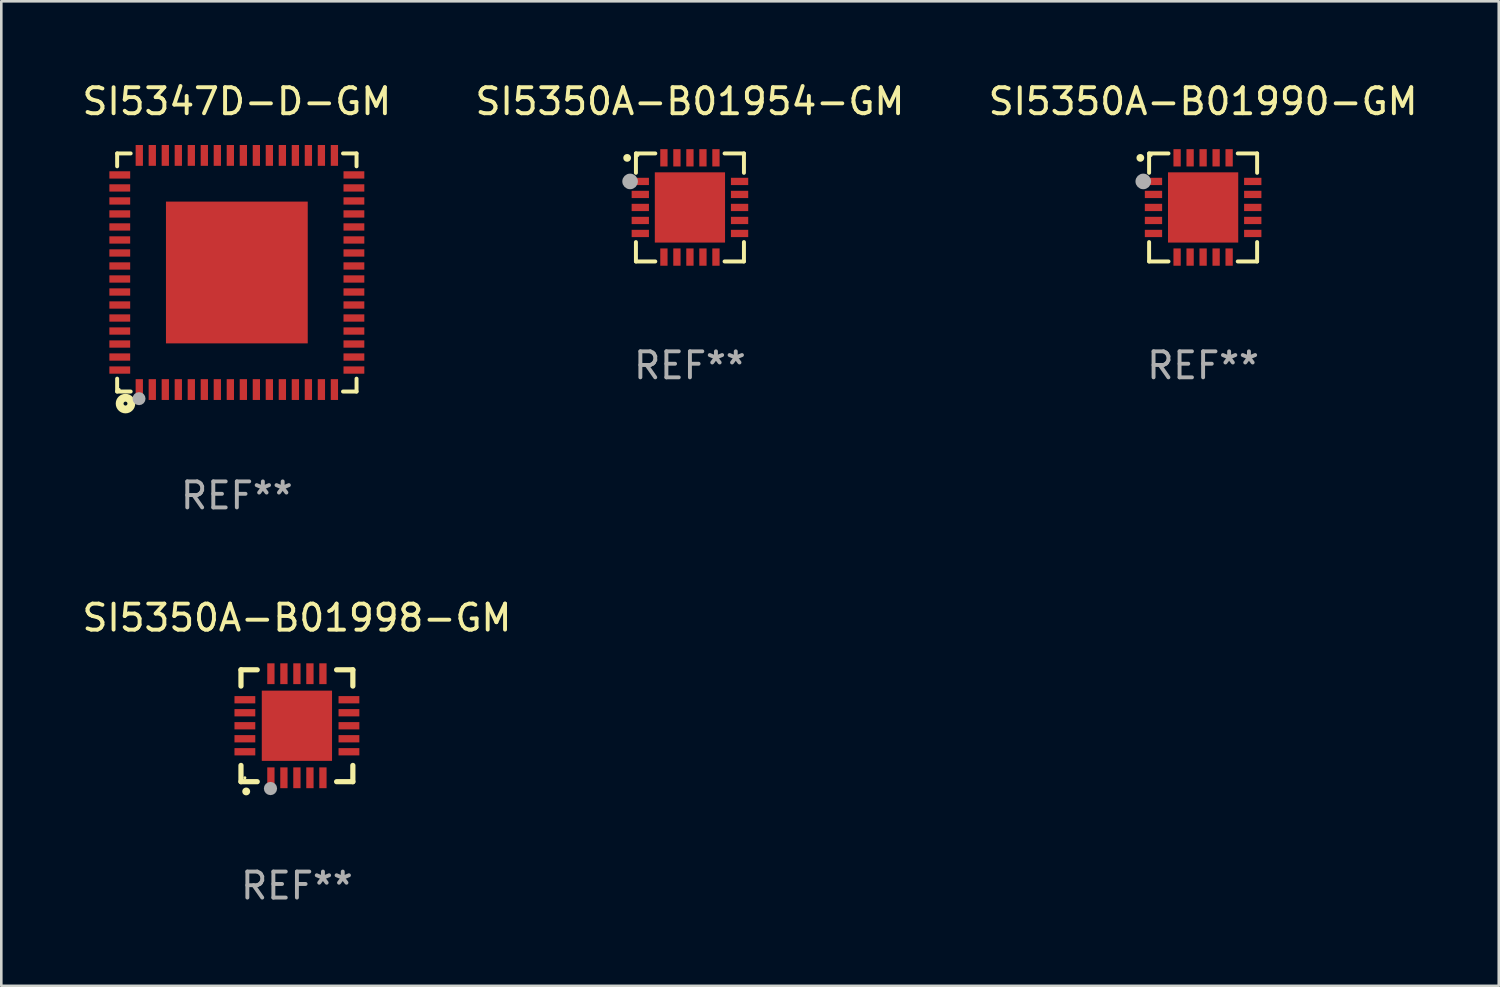
<source format=kicad_pcb>
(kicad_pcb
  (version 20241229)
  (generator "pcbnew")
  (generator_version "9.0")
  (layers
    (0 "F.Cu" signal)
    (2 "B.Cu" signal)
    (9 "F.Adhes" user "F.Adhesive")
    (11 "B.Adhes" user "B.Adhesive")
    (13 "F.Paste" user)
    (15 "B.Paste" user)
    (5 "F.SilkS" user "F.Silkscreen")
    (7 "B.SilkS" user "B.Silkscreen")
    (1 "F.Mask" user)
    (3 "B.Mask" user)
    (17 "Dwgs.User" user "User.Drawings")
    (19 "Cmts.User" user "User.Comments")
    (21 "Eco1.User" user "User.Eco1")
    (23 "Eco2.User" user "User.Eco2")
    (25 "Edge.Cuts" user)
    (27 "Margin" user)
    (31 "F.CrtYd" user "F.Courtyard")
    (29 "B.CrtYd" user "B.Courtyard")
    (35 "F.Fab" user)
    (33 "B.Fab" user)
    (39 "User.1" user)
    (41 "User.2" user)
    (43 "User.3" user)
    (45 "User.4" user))
  (footprint "SI5347D-D-GM"
    (layer "F.Cu")
    (at 6.054 7.424)
    (property "Reference" "SI5347D-D-GM" (at 0 -6.576 0) (layer "F.SilkS") (effects (font (size 1 1) (thickness 0.15))))
    (attr through_hole)
    (fp_line (start -4.601 -4.576) (end -4.081 -4.576) (stroke (width 0.152) (type solid)) (layer "F.SilkS"))
    (fp_line (start -4.601 -4.081) (end -4.601 -4.576) (stroke (width 0.152) (type solid)) (layer "F.SilkS"))
    (fp_line (start -4.601 4.081) (end -4.601 4.576) (stroke (width 0.152) (type solid)) (layer "F.SilkS"))
    (fp_line (start -4.601 4.576) (end -4.081 4.576) (stroke (width 0.152) (type solid)) (layer "F.SilkS"))
    (fp_line (start 4.601 -4.576) (end 4.081 -4.576) (stroke (width 0.152) (type solid)) (layer "F.SilkS"))
    (fp_line (start 4.601 -4.081) (end 4.601 -4.576) (stroke (width 0.152) (type solid)) (layer "F.SilkS"))
    (fp_line (start 4.601 4.081) (end 4.601 4.576) (stroke (width 0.152) (type solid)) (layer "F.SilkS"))
    (fp_line (start 4.601 4.576) (end 4.081 4.576) (stroke (width 0.152) (type solid)) (layer "F.SilkS"))
    (fp_circle (center -4.525 4.5) (end -4.495 4.5) (stroke (width 0.06) (type solid)) (fill no) (layer "F.SilkS"))
    (fp_circle (center -4.28 5.04) (end -4.205 5.04) (stroke (width 0.3) (type solid)) (fill no) (layer "F.SilkS"))
    (fp_circle (center -3.76 4.85) (end -3.635 4.85) (stroke (width 0.25) (type solid)) (fill no) (layer "F.Fab"))
    (fp_text user "REF**" (at 0 8.576 0) (layer "F.Fab") (effects (font (size 1 1) (thickness 0.15))))
    (pad "1" smd rect (at -3.75 4.5) (size 0.28 0.8) (layers "F.Cu" "F.Mask" "F.Paste"))
    (pad "2" smd rect (at -3.25 4.5) (size 0.28 0.8) (layers "F.Cu" "F.Mask" "F.Paste"))
    (pad "3" smd rect (at -2.75 4.5) (size 0.28 0.8) (layers "F.Cu" "F.Mask" "F.Paste"))
    (pad "4" smd rect (at -2.25 4.5) (size 0.28 0.8) (layers "F.Cu" "F.Mask" "F.Paste"))
    (pad "5" smd rect (at -1.75 4.5) (size 0.28 0.8) (layers "F.Cu" "F.Mask" "F.Paste"))
    (pad "6" smd rect (at -1.25 4.5) (size 0.28 0.8) (layers "F.Cu" "F.Mask" "F.Paste"))
    (pad "7" smd rect (at -0.75 4.5) (size 0.28 0.8) (layers "F.Cu" "F.Mask" "F.Paste"))
    (pad "8" smd rect (at -0.25 4.5) (size 0.28 0.8) (layers "F.Cu" "F.Mask" "F.Paste"))
    (pad "9" smd rect (at 0.25 4.5) (size 0.28 0.8) (layers "F.Cu" "F.Mask" "F.Paste"))
    (pad "10" smd rect (at 0.75 4.5) (size 0.28 0.8) (layers "F.Cu" "F.Mask" "F.Paste"))
    (pad "11" smd rect (at 1.25 4.5) (size 0.28 0.8) (layers "F.Cu" "F.Mask" "F.Paste"))
    (pad "12" smd rect (at 1.75 4.5) (size 0.28 0.8) (layers "F.Cu" "F.Mask" "F.Paste"))
    (pad "13" smd rect (at 2.25 4.5) (size 0.28 0.8) (layers "F.Cu" "F.Mask" "F.Paste"))
    (pad "14" smd rect (at 2.75 4.5) (size 0.28 0.8) (layers "F.Cu" "F.Mask" "F.Paste"))
    (pad "15" smd rect (at 3.25 4.5) (size 0.28 0.8) (layers "F.Cu" "F.Mask" "F.Paste"))
    (pad "16" smd rect (at 3.75 4.5) (size 0.28 0.8) (layers "F.Cu" "F.Mask" "F.Paste"))
    (pad "17" smd rect (at 4.5 3.75) (size 0.8 0.28) (layers "F.Cu" "F.Mask" "F.Paste"))
    (pad "18" smd rect (at 4.5 3.25) (size 0.8 0.28) (layers "F.Cu" "F.Mask" "F.Paste"))
    (pad "19" smd rect (at 4.5 2.75) (size 0.8 0.28) (layers "F.Cu" "F.Mask" "F.Paste"))
    (pad "20" smd rect (at 4.5 2.25) (size 0.8 0.28) (layers "F.Cu" "F.Mask" "F.Paste"))
    (pad "21" smd rect (at 4.5 1.75) (size 0.8 0.28) (layers "F.Cu" "F.Mask" "F.Paste"))
    (pad "22" smd rect (at 4.5 1.25) (size 0.8 0.28) (layers "F.Cu" "F.Mask" "F.Paste"))
    (pad "23" smd rect (at 4.5 0.75) (size 0.8 0.28) (layers "F.Cu" "F.Mask" "F.Paste"))
    (pad "24" smd rect (at 4.5 0.25) (size 0.8 0.28) (layers "F.Cu" "F.Mask" "F.Paste"))
    (pad "25" smd rect (at 4.5 -0.25) (size 0.8 0.28) (layers "F.Cu" "F.Mask" "F.Paste"))
    (pad "26" smd rect (at 4.5 -0.75) (size 0.8 0.28) (layers "F.Cu" "F.Mask" "F.Paste"))
    (pad "27" smd rect (at 4.5 -1.25) (size 0.8 0.28) (layers "F.Cu" "F.Mask" "F.Paste"))
    (pad "28" smd rect (at 4.5 -1.75) (size 0.8 0.28) (layers "F.Cu" "F.Mask" "F.Paste"))
    (pad "29" smd rect (at 4.5 -2.25) (size 0.8 0.28) (layers "F.Cu" "F.Mask" "F.Paste"))
    (pad "30" smd rect (at 4.5 -2.75) (size 0.8 0.28) (layers "F.Cu" "F.Mask" "F.Paste"))
    (pad "31" smd rect (at 4.5 -3.25) (size 0.8 0.28) (layers "F.Cu" "F.Mask" "F.Paste"))
    (pad "32" smd rect (at 4.5 -3.75) (size 0.8 0.28) (layers "F.Cu" "F.Mask" "F.Paste"))
    (pad "33" smd rect (at 3.75 -4.5) (size 0.28 0.8) (layers "F.Cu" "F.Mask" "F.Paste"))
    (pad "34" smd rect (at 3.25 -4.5) (size 0.28 0.8) (layers "F.Cu" "F.Mask" "F.Paste"))
    (pad "35" smd rect (at 2.75 -4.5) (size 0.28 0.8) (layers "F.Cu" "F.Mask" "F.Paste"))
    (pad "36" smd rect (at 2.25 -4.5) (size 0.28 0.8) (layers "F.Cu" "F.Mask" "F.Paste"))
    (pad "37" smd rect (at 1.75 -4.5) (size 0.28 0.8) (layers "F.Cu" "F.Mask" "F.Paste"))
    (pad "38" smd rect (at 1.25 -4.5) (size 0.28 0.8) (layers "F.Cu" "F.Mask" "F.Paste"))
    (pad "39" smd rect (at 0.75 -4.5) (size 0.28 0.8) (layers "F.Cu" "F.Mask" "F.Paste"))
    (pad "40" smd rect (at 0.25 -4.5) (size 0.28 0.8) (layers "F.Cu" "F.Mask" "F.Paste"))
    (pad "41" smd rect (at -0.25 -4.5) (size 0.28 0.8) (layers "F.Cu" "F.Mask" "F.Paste"))
    (pad "42" smd rect (at -0.75 -4.5) (size 0.28 0.8) (layers "F.Cu" "F.Mask" "F.Paste"))
    (pad "43" smd rect (at -1.25 -4.5) (size 0.28 0.8) (layers "F.Cu" "F.Mask" "F.Paste"))
    (pad "44" smd rect (at -1.75 -4.5) (size 0.28 0.8) (layers "F.Cu" "F.Mask" "F.Paste"))
    (pad "45" smd rect (at -2.25 -4.5) (size 0.28 0.8) (layers "F.Cu" "F.Mask" "F.Paste"))
    (pad "46" smd rect (at -2.75 -4.5) (size 0.28 0.8) (layers "F.Cu" "F.Mask" "F.Paste"))
    (pad "47" smd rect (at -3.25 -4.5) (size 0.28 0.8) (layers "F.Cu" "F.Mask" "F.Paste"))
    (pad "48" smd rect (at -3.75 -4.5) (size 0.28 0.8) (layers "F.Cu" "F.Mask" "F.Paste"))
    (pad "49" smd rect (at -4.5 -3.75) (size 0.8 0.28) (layers "F.Cu" "F.Mask" "F.Paste"))
    (pad "50" smd rect (at -4.5 -3.25) (size 0.8 0.28) (layers "F.Cu" "F.Mask" "F.Paste"))
    (pad "51" smd rect (at -4.5 -2.75) (size 0.8 0.28) (layers "F.Cu" "F.Mask" "F.Paste"))
    (pad "52" smd rect (at -4.5 -2.25) (size 0.8 0.28) (layers "F.Cu" "F.Mask" "F.Paste"))
    (pad "53" smd rect (at -4.5 -1.75) (size 0.8 0.28) (layers "F.Cu" "F.Mask" "F.Paste"))
    (pad "54" smd rect (at -4.5 -1.25) (size 0.8 0.28) (layers "F.Cu" "F.Mask" "F.Paste"))
    (pad "55" smd rect (at -4.5 -0.75) (size 0.8 0.28) (layers "F.Cu" "F.Mask" "F.Paste"))
    (pad "56" smd rect (at -4.5 -0.25) (size 0.8 0.28) (layers "F.Cu" "F.Mask" "F.Paste"))
    (pad "57" smd rect (at -4.5 0.25) (size 0.8 0.28) (layers "F.Cu" "F.Mask" "F.Paste"))
    (pad "58" smd rect (at -4.5 0.75) (size 0.8 0.28) (layers "F.Cu" "F.Mask" "F.Paste"))
    (pad "59" smd rect (at -4.5 1.25) (size 0.8 0.28) (layers "F.Cu" "F.Mask" "F.Paste"))
    (pad "60" smd rect (at -4.5 1.75) (size 0.8 0.28) (layers "F.Cu" "F.Mask" "F.Paste"))
    (pad "61" smd rect (at -4.5 2.25) (size 0.8 0.28) (layers "F.Cu" "F.Mask" "F.Paste"))
    (pad "62" smd rect (at -4.5 2.75) (size 0.8 0.28) (layers "F.Cu" "F.Mask" "F.Paste"))
    (pad "63" smd rect (at -4.5 3.25) (size 0.8 0.28) (layers "F.Cu" "F.Mask" "F.Paste"))
    (pad "64" smd rect (at -4.5 3.75) (size 0.8 0.28) (layers "F.Cu" "F.Mask" "F.Paste"))
    (pad "65" smd rect (at 0 0) (size 5.45 5.45) (layers "F.Cu" "F.Mask" "F.Paste")))
  (footprint "SI5350A-B01990-GM"
    (layer "F.Cu")
    (at 43.196 4.924)
    (property "Reference" "SI5350A-B01990-GM" (at 0 -4.076 0) (layer "F.SilkS") (effects (font (size 1 1) (thickness 0.15))))
    (attr through_hole)
    (fp_line (start -2.076 -2.076) (end -2.076 -1.331) (stroke (width 0.152) (type solid)) (layer "F.SilkS"))
    (fp_line (start -2.076 2.076) (end -2.076 1.331) (stroke (width 0.152) (type solid)) (layer "F.SilkS"))
    (fp_line (start -1.331 -2.076) (end -2.076 -2.076) (stroke (width 0.152) (type solid)) (layer "F.SilkS"))
    (fp_line (start -1.331 2.076) (end -2.076 2.076) (stroke (width 0.152) (type solid)) (layer "F.SilkS"))
    (fp_line (start 1.331 -2.076) (end 2.076 -2.076) (stroke (width 0.152) (type solid)) (layer "F.SilkS"))
    (fp_line (start 1.331 2.076) (end 2.076 2.076) (stroke (width 0.152) (type solid)) (layer "F.SilkS"))
    (fp_line (start 2.076 -2.076) (end 2.076 -1.331) (stroke (width 0.152) (type solid)) (layer "F.SilkS"))
    (fp_line (start 2.076 2.076) (end 2.076 1.331) (stroke (width 0.152) (type solid)) (layer "F.SilkS"))
    (fp_circle (center -2.413 -1.905) (end -2.338 -1.905) (stroke (width 0.15) (type solid)) (fill no) (layer "F.SilkS"))
    (fp_circle (center -2 -2) (end -1.97 -2) (stroke (width 0.06) (type solid)) (fill no) (layer "F.SilkS"))
    (fp_circle (center -2.3 -1) (end -2.15 -1) (stroke (width 0.3) (type solid)) (fill no) (layer "F.Fab"))
    (fp_text user "REF**" (at 0 6.076 0) (layer "F.Fab") (effects (font (size 1 1) (thickness 0.15))))
    (pad "1" smd rect (at -1.908 -1) (size 0.665 0.28) (layers "F.Cu" "F.Mask" "F.Paste"))
    (pad "2" smd rect (at -1.908 -0.5) (size 0.665 0.28) (layers "F.Cu" "F.Mask" "F.Paste"))
    (pad "3" smd rect (at -1.908 0) (size 0.665 0.28) (layers "F.Cu" "F.Mask" "F.Paste"))
    (pad "4" smd rect (at -1.908 0.5) (size 0.665 0.28) (layers "F.Cu" "F.Mask" "F.Paste"))
    (pad "5" smd rect (at -1.908 1) (size 0.665 0.28) (layers "F.Cu" "F.Mask" "F.Paste"))
    (pad "6" smd rect (at -1 1.908) (size 0.28 0.665) (layers "F.Cu" "F.Mask" "F.Paste"))
    (pad "7" smd rect (at -0.5 1.908) (size 0.28 0.665) (layers "F.Cu" "F.Mask" "F.Paste"))
    (pad "8" smd rect (at 0 1.908) (size 0.28 0.665) (layers "F.Cu" "F.Mask" "F.Paste"))
    (pad "9" smd rect (at 0.5 1.908) (size 0.28 0.665) (layers "F.Cu" "F.Mask" "F.Paste"))
    (pad "10" smd rect (at 1 1.908) (size 0.28 0.665) (layers "F.Cu" "F.Mask" "F.Paste"))
    (pad "11" smd rect (at 1.908 1) (size 0.665 0.28) (layers "F.Cu" "F.Mask" "F.Paste"))
    (pad "12" smd rect (at 1.908 0.5) (size 0.665 0.28) (layers "F.Cu" "F.Mask" "F.Paste"))
    (pad "13" smd rect (at 1.908 0) (size 0.665 0.28) (layers "F.Cu" "F.Mask" "F.Paste"))
    (pad "14" smd rect (at 1.908 -0.5) (size 0.665 0.28) (layers "F.Cu" "F.Mask" "F.Paste"))
    (pad "15" smd rect (at 1.908 -1) (size 0.665 0.28) (layers "F.Cu" "F.Mask" "F.Paste"))
    (pad "16" smd rect (at 1 -1.908) (size 0.28 0.665) (layers "F.Cu" "F.Mask" "F.Paste"))
    (pad "17" smd rect (at 0.5 -1.908) (size 0.28 0.665) (layers "F.Cu" "F.Mask" "F.Paste"))
    (pad "18" smd rect (at 0 -1.908) (size 0.28 0.665) (layers "F.Cu" "F.Mask" "F.Paste"))
    (pad "19" smd rect (at -0.5 -1.908) (size 0.28 0.665) (layers "F.Cu" "F.Mask" "F.Paste"))
    (pad "20" smd rect (at -1 -1.908) (size 0.28 0.665) (layers "F.Cu" "F.Mask" "F.Paste"))
    (pad "21" smd rect (at 0 0) (size 2.7 2.7) (layers "F.Cu" "F.Mask" "F.Paste")))
  (footprint "SI5350A-B01954-GM"
    (layer "F.Cu")
    (at 23.47 4.924)
    (property "Reference" "SI5350A-B01954-GM" (at 0 -4.076 0) (layer "F.SilkS") (effects (font (size 1 1) (thickness 0.15))))
    (attr through_hole)
    (fp_line (start -2.076 -2.076) (end -2.076 -1.331) (stroke (width 0.152) (type solid)) (layer "F.SilkS"))
    (fp_line (start -2.076 2.076) (end -2.076 1.331) (stroke (width 0.152) (type solid)) (layer "F.SilkS"))
    (fp_line (start -1.331 -2.076) (end -2.076 -2.076) (stroke (width 0.152) (type solid)) (layer "F.SilkS"))
    (fp_line (start -1.331 2.076) (end -2.076 2.076) (stroke (width 0.152) (type solid)) (layer "F.SilkS"))
    (fp_line (start 1.331 -2.076) (end 2.076 -2.076) (stroke (width 0.152) (type solid)) (layer "F.SilkS"))
    (fp_line (start 1.331 2.076) (end 2.076 2.076) (stroke (width 0.152) (type solid)) (layer "F.SilkS"))
    (fp_line (start 2.076 -2.076) (end 2.076 -1.331) (stroke (width 0.152) (type solid)) (layer "F.SilkS"))
    (fp_line (start 2.076 2.076) (end 2.076 1.331) (stroke (width 0.152) (type solid)) (layer "F.SilkS"))
    (fp_circle (center -2.413 -1.905) (end -2.338 -1.905) (stroke (width 0.15) (type solid)) (fill no) (layer "F.SilkS"))
    (fp_circle (center -2 -2) (end -1.97 -2) (stroke (width 0.06) (type solid)) (fill no) (layer "F.SilkS"))
    (fp_circle (center -2.3 -1) (end -2.15 -1) (stroke (width 0.3) (type solid)) (fill no) (layer "F.Fab"))
    (fp_text user "REF**" (at 0 6.076 0) (layer "F.Fab") (effects (font (size 1 1) (thickness 0.15))))
    (pad "1" smd rect (at -1.908 -1) (size 0.665 0.28) (layers "F.Cu" "F.Mask" "F.Paste"))
    (pad "2" smd rect (at -1.908 -0.5) (size 0.665 0.28) (layers "F.Cu" "F.Mask" "F.Paste"))
    (pad "3" smd rect (at -1.908 0) (size 0.665 0.28) (layers "F.Cu" "F.Mask" "F.Paste"))
    (pad "4" smd rect (at -1.908 0.5) (size 0.665 0.28) (layers "F.Cu" "F.Mask" "F.Paste"))
    (pad "5" smd rect (at -1.908 1) (size 0.665 0.28) (layers "F.Cu" "F.Mask" "F.Paste"))
    (pad "6" smd rect (at -1 1.908) (size 0.28 0.665) (layers "F.Cu" "F.Mask" "F.Paste"))
    (pad "7" smd rect (at -0.5 1.908) (size 0.28 0.665) (layers "F.Cu" "F.Mask" "F.Paste"))
    (pad "8" smd rect (at 0 1.908) (size 0.28 0.665) (layers "F.Cu" "F.Mask" "F.Paste"))
    (pad "9" smd rect (at 0.5 1.908) (size 0.28 0.665) (layers "F.Cu" "F.Mask" "F.Paste"))
    (pad "10" smd rect (at 1 1.908) (size 0.28 0.665) (layers "F.Cu" "F.Mask" "F.Paste"))
    (pad "11" smd rect (at 1.908 1) (size 0.665 0.28) (layers "F.Cu" "F.Mask" "F.Paste"))
    (pad "12" smd rect (at 1.908 0.5) (size 0.665 0.28) (layers "F.Cu" "F.Mask" "F.Paste"))
    (pad "13" smd rect (at 1.908 0) (size 0.665 0.28) (layers "F.Cu" "F.Mask" "F.Paste"))
    (pad "14" smd rect (at 1.908 -0.5) (size 0.665 0.28) (layers "F.Cu" "F.Mask" "F.Paste"))
    (pad "15" smd rect (at 1.908 -1) (size 0.665 0.28) (layers "F.Cu" "F.Mask" "F.Paste"))
    (pad "16" smd rect (at 1 -1.908) (size 0.28 0.665) (layers "F.Cu" "F.Mask" "F.Paste"))
    (pad "17" smd rect (at 0.5 -1.908) (size 0.28 0.665) (layers "F.Cu" "F.Mask" "F.Paste"))
    (pad "18" smd rect (at 0 -1.908) (size 0.28 0.665) (layers "F.Cu" "F.Mask" "F.Paste"))
    (pad "19" smd rect (at -0.5 -1.908) (size 0.28 0.665) (layers "F.Cu" "F.Mask" "F.Paste"))
    (pad "20" smd rect (at -1 -1.908) (size 0.28 0.665) (layers "F.Cu" "F.Mask" "F.Paste"))
    (pad "21" smd rect (at 0 0) (size 2.7 2.7) (layers "F.Cu" "F.Mask" "F.Paste")))
  (footprint "SI5350A-B01998-GM"
    (layer "F.Cu")
    (at 8.363 24.847)
    (property "Reference" "SI5350A-B01998-GM" (at 0 -4.15 0) (layer "F.SilkS") (effects (font (size 1 1) (thickness 0.15))))
    (attr through_hole)
    (fp_line (start -2.15 -2.15) (end -2.15 -1.525) (stroke (width 0.2) (type solid)) (layer "F.SilkS"))
    (fp_line (start -2.15 2.15) (end -2.15 1.525) (stroke (width 0.2) (type solid)) (layer "F.SilkS"))
    (fp_line (start -1.525 -2.15) (end -2.15 -2.15) (stroke (width 0.2) (type solid)) (layer "F.SilkS"))
    (fp_line (start -1.525 2.15) (end -2.15 2.15) (stroke (width 0.2) (type solid)) (layer "F.SilkS"))
    (fp_line (start 1.525 2.15) (end 2.15 2.15) (stroke (width 0.2) (type solid)) (layer "F.SilkS"))
    (fp_line (start 2.15 -2.15) (end 1.525 -2.15) (stroke (width 0.2) (type solid)) (layer "F.SilkS"))
    (fp_line (start 2.15 -1.525) (end 2.15 -2.15) (stroke (width 0.2) (type solid)) (layer "F.SilkS"))
    (fp_line (start 2.15 2.15) (end 2.15 1.525) (stroke (width 0.2) (type solid)) (layer "F.SilkS"))
    (fp_arc (start -1.950724 2.524765) (mid -1.949454 2.52476) (end -1.948184 2.524765) (stroke (width 0.3) (type solid)) (layer "F.SilkS"))
    (fp_circle (center -2 2) (end -1.97 2) (stroke (width 0.06) (type solid)) (fill no) (layer "F.SilkS"))
    (fp_circle (center -1.016 2.413) (end -0.889 2.413) (stroke (width 0.254) (type solid)) (fill no) (layer "F.Fab"))
    (fp_text user "REF**" (at 0 6.15 0) (layer "F.Fab") (effects (font (size 1 1) (thickness 0.15))))
    (pad "1" smd rect (at -1 2) (size 0.28 0.8) (layers "F.Cu" "F.Mask" "F.Paste"))
    (pad "2" smd rect (at -0.5 2) (size 0.28 0.8) (layers "F.Cu" "F.Mask" "F.Paste"))
    (pad "3" smd rect (at 0 2) (size 0.28 0.8) (layers "F.Cu" "F.Mask" "F.Paste"))
    (pad "4" smd rect (at 0.5 2) (size 0.28 0.8) (layers "F.Cu" "F.Mask" "F.Paste"))
    (pad "5" smd rect (at 1 2) (size 0.28 0.8) (layers "F.Cu" "F.Mask" "F.Paste"))
    (pad "6" smd rect (at 2 1) (size 0.8 0.28) (layers "F.Cu" "F.Mask" "F.Paste"))
    (pad "7" smd rect (at 2 0.5) (size 0.8 0.28) (layers "F.Cu" "F.Mask" "F.Paste"))
    (pad "8" smd rect (at 2 0) (size 0.8 0.28) (layers "F.Cu" "F.Mask" "F.Paste"))
    (pad "9" smd rect (at 2 -0.5) (size 0.8 0.28) (layers "F.Cu" "F.Mask" "F.Paste"))
    (pad "10" smd rect (at 2 -1) (size 0.8 0.28) (layers "F.Cu" "F.Mask" "F.Paste"))
    (pad "11" smd rect (at 1 -2) (size 0.28 0.8) (layers "F.Cu" "F.Mask" "F.Paste"))
    (pad "12" smd rect (at 0.5 -2) (size 0.28 0.8) (layers "F.Cu" "F.Mask" "F.Paste"))
    (pad "13" smd rect (at 0 -2) (size 0.28 0.8) (layers "F.Cu" "F.Mask" "F.Paste"))
    (pad "14" smd rect (at -0.5 -2) (size 0.28 0.8) (layers "F.Cu" "F.Mask" "F.Paste"))
    (pad "15" smd rect (at -1 -2) (size 0.28 0.8) (layers "F.Cu" "F.Mask" "F.Paste"))
    (pad "16" smd rect (at -2 -1) (size 0.8 0.28) (layers "F.Cu" "F.Mask" "F.Paste"))
    (pad "17" smd rect (at -2 -0.5) (size 0.8 0.28) (layers "F.Cu" "F.Mask" "F.Paste"))
    (pad "18" smd rect (at -2 0) (size 0.8 0.28) (layers "F.Cu" "F.Mask" "F.Paste"))
    (pad "19" smd rect (at -2 0.5) (size 0.8 0.28) (layers "F.Cu" "F.Mask" "F.Paste"))
    (pad "20" smd rect (at -2 1) (size 0.8 0.28) (layers "F.Cu" "F.Mask" "F.Paste"))
    (pad "21" smd rect (at 0 0) (size 2.7 2.7) (layers "F.Cu" "F.Mask" "F.Paste")))
  (gr_rect
    (start -3 -3)
    (end 54.56 34.845)
    (stroke (width 0.1) (type default))
    (fill no)
    (layer "Edge.Cuts")))
</source>
